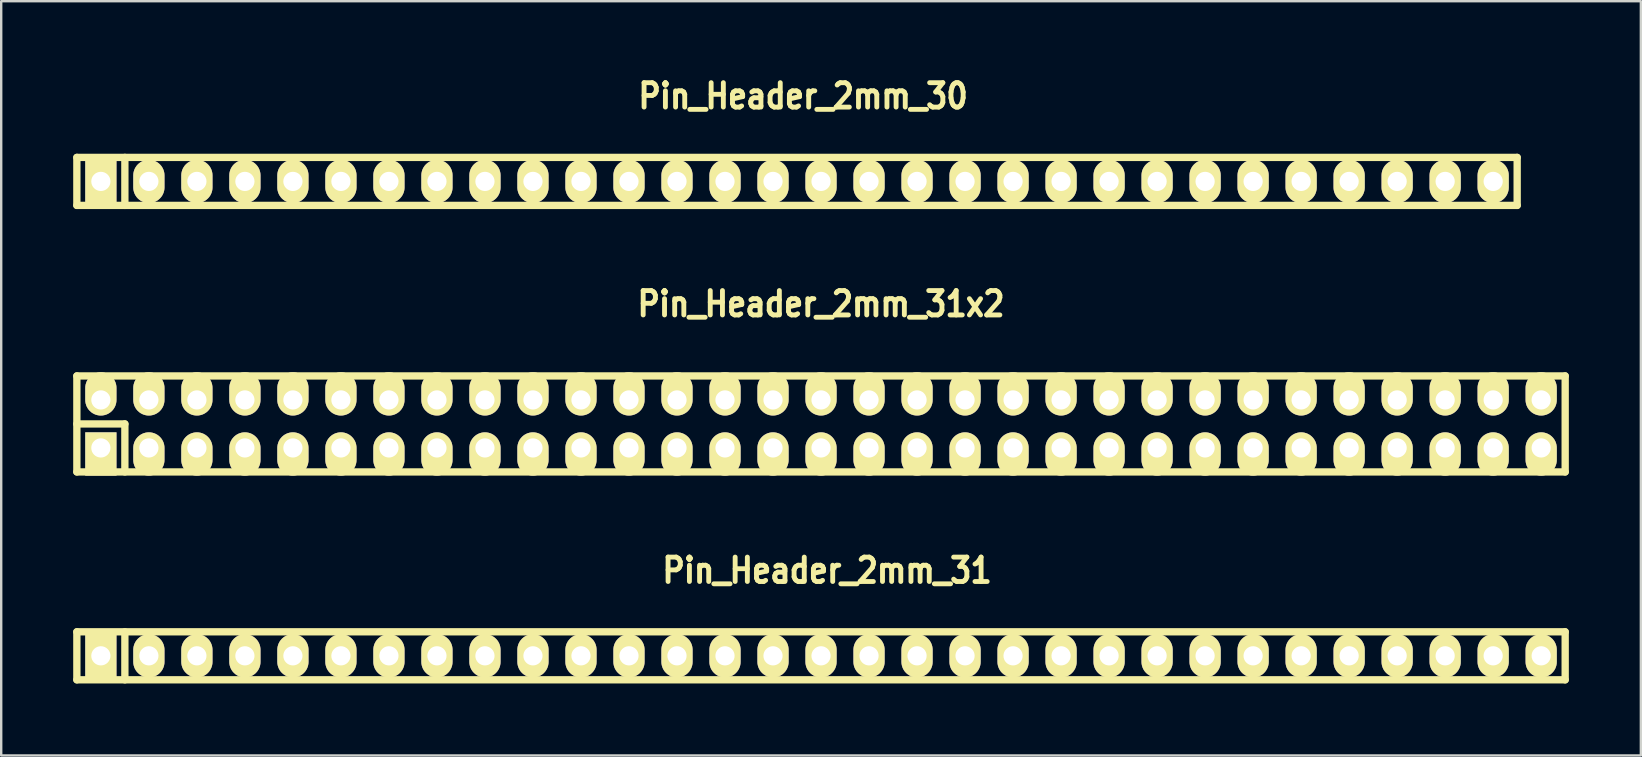
<source format=kicad_pcb>
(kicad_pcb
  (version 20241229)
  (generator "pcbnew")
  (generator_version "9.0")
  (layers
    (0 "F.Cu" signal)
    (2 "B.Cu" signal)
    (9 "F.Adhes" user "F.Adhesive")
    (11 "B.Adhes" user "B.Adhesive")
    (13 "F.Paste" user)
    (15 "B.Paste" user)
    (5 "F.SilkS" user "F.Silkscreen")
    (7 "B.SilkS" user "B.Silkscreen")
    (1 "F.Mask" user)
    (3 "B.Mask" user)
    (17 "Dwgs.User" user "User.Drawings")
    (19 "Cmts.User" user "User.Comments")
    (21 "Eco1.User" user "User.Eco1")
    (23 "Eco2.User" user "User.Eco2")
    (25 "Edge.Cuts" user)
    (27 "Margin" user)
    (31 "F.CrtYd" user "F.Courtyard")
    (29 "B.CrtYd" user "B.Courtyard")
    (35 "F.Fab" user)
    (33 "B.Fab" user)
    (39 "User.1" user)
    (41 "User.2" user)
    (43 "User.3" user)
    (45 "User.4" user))
  (footprint "Pin_Header_2mm_31"
    (layer "F.Cu")
    (at 31.152 24.27)
    (property "Reference" "Pin_Header_2mm_31" (at 0.254 -3.556 0) (layer "F.SilkS") (effects (font (size 1.016 0.889) (thickness 0.203))))
    (attr through_hole)
    (fp_line (start -31 -1) (end 31 -1) (stroke (width 0.305) (type solid)) (layer "F.SilkS"))
    (fp_line (start -31 1) (end -31 -1) (stroke (width 0.305) (type solid)) (layer "F.SilkS"))
    (fp_line (start -29 -1) (end -29 1) (stroke (width 0.305) (type solid)) (layer "F.SilkS"))
    (fp_line (start 31 -1) (end 31 1) (stroke (width 0.305) (type solid)) (layer "F.SilkS"))
    (fp_line (start 31 1) (end -31 1) (stroke (width 0.305) (type solid)) (layer "F.SilkS"))
    (pad "1" thru_hole rect (at -30 0) (size 1.3 1.8) (drill 0.8) (layers "*.Cu" "*.Mask" "F.SilkS"))
    (pad "2" thru_hole oval (at -28 0) (size 1.3 1.8) (drill 0.8) (layers "*.Cu" "*.Mask" "F.SilkS"))
    (pad "3" thru_hole oval (at -26 0) (size 1.3 1.8) (drill 0.8) (layers "*.Cu" "*.Mask" "F.SilkS"))
    (pad "4" thru_hole oval (at -24 0) (size 1.3 1.8) (drill 0.8) (layers "*.Cu" "*.Mask" "F.SilkS"))
    (pad "5" thru_hole oval (at -22 0) (size 1.3 1.8) (drill 0.8) (layers "*.Cu" "*.Mask" "F.SilkS"))
    (pad "6" thru_hole oval (at -20 0) (size 1.3 1.8) (drill 0.8) (layers "*.Cu" "*.Mask" "F.SilkS"))
    (pad "7" thru_hole oval (at -18 0) (size 1.3 1.8) (drill 0.8) (layers "*.Cu" "*.Mask" "F.SilkS"))
    (pad "8" thru_hole oval (at -16 0) (size 1.3 1.8) (drill 0.8) (layers "*.Cu" "*.Mask" "F.SilkS"))
    (pad "9" thru_hole oval (at -14 0) (size 1.3 1.8) (drill 0.8) (layers "*.Cu" "*.Mask" "F.SilkS"))
    (pad "10" thru_hole oval (at -12 0) (size 1.3 1.8) (drill 0.8) (layers "*.Cu" "*.Mask" "F.SilkS"))
    (pad "11" thru_hole oval (at -10 0) (size 1.3 1.8) (drill 0.8) (layers "*.Cu" "*.Mask" "F.SilkS"))
    (pad "12" thru_hole oval (at -8 0) (size 1.3 1.8) (drill 0.8) (layers "*.Cu" "*.Mask" "F.SilkS"))
    (pad "13" thru_hole oval (at -6 0) (size 1.3 1.8) (drill 0.8) (layers "*.Cu" "*.Mask" "F.SilkS"))
    (pad "14" thru_hole oval (at -4 0) (size 1.3 1.8) (drill 0.8) (layers "*.Cu" "*.Mask" "F.SilkS"))
    (pad "15" thru_hole oval (at -2 0) (size 1.3 1.8) (drill 0.8) (layers "*.Cu" "*.Mask" "F.SilkS"))
    (pad "16" thru_hole oval (at 0 0) (size 1.3 1.8) (drill 0.8) (layers "*.Cu" "*.Mask" "F.SilkS"))
    (pad "17" thru_hole oval (at 2 0) (size 1.3 1.8) (drill 0.8) (layers "*.Cu" "*.Mask" "F.SilkS"))
    (pad "18" thru_hole oval (at 4 0) (size 1.3 1.8) (drill 0.8) (layers "*.Cu" "*.Mask" "F.SilkS"))
    (pad "19" thru_hole oval (at 6 0) (size 1.3 1.8) (drill 0.8) (layers "*.Cu" "*.Mask" "F.SilkS"))
    (pad "20" thru_hole oval (at 8 0) (size 1.3 1.8) (drill 0.8) (layers "*.Cu" "*.Mask" "F.SilkS"))
    (pad "21" thru_hole oval (at 10 0) (size 1.3 1.8) (drill 0.8) (layers "*.Cu" "*.Mask" "F.SilkS"))
    (pad "22" thru_hole oval (at 12 0) (size 1.3 1.8) (drill 0.8) (layers "*.Cu" "*.Mask" "F.SilkS"))
    (pad "23" thru_hole oval (at 14 0) (size 1.3 1.8) (drill 0.8) (layers "*.Cu" "*.Mask" "F.SilkS"))
    (pad "24" thru_hole oval (at 16 0) (size 1.3 1.8) (drill 0.8) (layers "*.Cu" "*.Mask" "F.SilkS"))
    (pad "25" thru_hole oval (at 18 0) (size 1.3 1.8) (drill 0.8) (layers "*.Cu" "*.Mask" "F.SilkS"))
    (pad "26" thru_hole oval (at 20 0) (size 1.3 1.8) (drill 0.8) (layers "*.Cu" "*.Mask" "F.SilkS"))
    (pad "27" thru_hole oval (at 22 0) (size 1.3 1.8) (drill 0.8) (layers "*.Cu" "*.Mask" "F.SilkS"))
    (pad "28" thru_hole oval (at 24 0) (size 1.3 1.8) (drill 0.8) (layers "*.Cu" "*.Mask" "F.SilkS"))
    (pad "29" thru_hole oval (at 26 0) (size 1.3 1.8) (drill 0.8) (layers "*.Cu" "*.Mask" "F.SilkS"))
    (pad "30" thru_hole oval (at 28 0) (size 1.3 1.8) (drill 0.8) (layers "*.Cu" "*.Mask" "F.SilkS"))
    (pad "31" thru_hole oval (at 30 0) (size 1.3 1.8) (drill 0.8) (layers "*.Cu" "*.Mask" "F.SilkS")))
  (footprint "Pin_Header_2mm_31x2"
    (layer "F.Cu")
    (at 31.152 14.61)
    (property "Reference" "Pin_Header_2mm_31x2" (at 0 -5 0) (layer "F.SilkS") (effects (font (size 1.016 0.889) (thickness 0.203))))
    (attr through_hole)
    (fp_line (start -31 -2) (end 31 -2) (stroke (width 0.305) (type solid)) (layer "F.SilkS"))
    (fp_line (start -31 0) (end -29 0) (stroke (width 0.305) (type solid)) (layer "F.SilkS"))
    (fp_line (start -31 2) (end -31 -2) (stroke (width 0.305) (type solid)) (layer "F.SilkS"))
    (fp_line (start -29 0) (end -29 2) (stroke (width 0.305) (type solid)) (layer "F.SilkS"))
    (fp_line (start 31 -2) (end 31 2) (stroke (width 0.305) (type solid)) (layer "F.SilkS"))
    (fp_line (start 31 2) (end -31 2) (stroke (width 0.305) (type solid)) (layer "F.SilkS"))
    (pad "1" thru_hole rect (at -30 1) (size 1.3 1.8) (drill 0.8 (offset 0 0.25)) (layers "*.Cu" "*.Mask" "F.SilkS"))
    (pad "2" thru_hole oval (at -30 -1) (size 1.3 1.8) (drill 0.8 (offset 0 -0.25)) (layers "*.Cu" "*.Mask" "F.SilkS"))
    (pad "3" thru_hole oval (at -28 1) (size 1.3 1.8) (drill 0.8 (offset 0 0.25)) (layers "*.Cu" "*.Mask" "F.SilkS"))
    (pad "4" thru_hole oval (at -28 -1) (size 1.3 1.8) (drill 0.8 (offset 0 -0.25)) (layers "*.Cu" "*.Mask" "F.SilkS"))
    (pad "5" thru_hole oval (at -26 1) (size 1.3 1.8) (drill 0.8 (offset 0 0.25)) (layers "*.Cu" "*.Mask" "F.SilkS"))
    (pad "6" thru_hole oval (at -26 -1) (size 1.3 1.8) (drill 0.8 (offset 0 -0.25)) (layers "*.Cu" "*.Mask" "F.SilkS"))
    (pad "7" thru_hole oval (at -24 1) (size 1.3 1.8) (drill 0.8 (offset 0 0.25)) (layers "*.Cu" "*.Mask" "F.SilkS"))
    (pad "8" thru_hole oval (at -24 -1) (size 1.3 1.8) (drill 0.8 (offset 0 -0.25)) (layers "*.Cu" "*.Mask" "F.SilkS"))
    (pad "9" thru_hole oval (at -22 1) (size 1.3 1.8) (drill 0.8 (offset 0 0.25)) (layers "*.Cu" "*.Mask" "F.SilkS"))
    (pad "10" thru_hole oval (at -22 -1) (size 1.3 1.8) (drill 0.8 (offset 0 -0.25)) (layers "*.Cu" "*.Mask" "F.SilkS"))
    (pad "11" thru_hole oval (at -20 1) (size 1.3 1.8) (drill 0.8 (offset 0 0.25)) (layers "*.Cu" "*.Mask" "F.SilkS"))
    (pad "12" thru_hole oval (at -20 -1) (size 1.3 1.8) (drill 0.8 (offset 0 -0.25)) (layers "*.Cu" "*.Mask" "F.SilkS"))
    (pad "13" thru_hole oval (at -18 1) (size 1.3 1.8) (drill 0.8 (offset 0 0.25)) (layers "*.Cu" "*.Mask" "F.SilkS"))
    (pad "14" thru_hole oval (at -18 -1) (size 1.3 1.8) (drill 0.8 (offset 0 -0.25)) (layers "*.Cu" "*.Mask" "F.SilkS"))
    (pad "15" thru_hole oval (at -16 1) (size 1.3 1.8) (drill 0.8 (offset 0 0.25)) (layers "*.Cu" "*.Mask" "F.SilkS"))
    (pad "16" thru_hole oval (at -16 -1) (size 1.3 1.8) (drill 0.8 (offset 0 -0.25)) (layers "*.Cu" "*.Mask" "F.SilkS"))
    (pad "17" thru_hole oval (at -14 1) (size 1.3 1.8) (drill 0.8 (offset 0 0.25)) (layers "*.Cu" "*.Mask" "F.SilkS"))
    (pad "18" thru_hole oval (at -14 -1) (size 1.3 1.8) (drill 0.8 (offset 0 -0.25)) (layers "*.Cu" "*.Mask" "F.SilkS"))
    (pad "19" thru_hole oval (at -12 1) (size 1.3 1.8) (drill 0.8 (offset 0 0.25)) (layers "*.Cu" "*.Mask" "F.SilkS"))
    (pad "20" thru_hole oval (at -12 -1) (size 1.3 1.8) (drill 0.8 (offset 0 -0.25)) (layers "*.Cu" "*.Mask" "F.SilkS"))
    (pad "21" thru_hole oval (at -10 1) (size 1.3 1.8) (drill 0.8 (offset 0 0.25)) (layers "*.Cu" "*.Mask" "F.SilkS"))
    (pad "22" thru_hole oval (at -10 -1) (size 1.3 1.8) (drill 0.8 (offset 0 -0.25)) (layers "*.Cu" "*.Mask" "F.SilkS"))
    (pad "23" thru_hole oval (at -8 1) (size 1.3 1.8) (drill 0.8 (offset 0 0.25)) (layers "*.Cu" "*.Mask" "F.SilkS"))
    (pad "24" thru_hole oval (at -8 -1) (size 1.3 1.8) (drill 0.8 (offset 0 -0.25)) (layers "*.Cu" "*.Mask" "F.SilkS"))
    (pad "25" thru_hole oval (at -6 1) (size 1.3 1.8) (drill 0.8 (offset 0 0.25)) (layers "*.Cu" "*.Mask" "F.SilkS"))
    (pad "26" thru_hole oval (at -6 -1) (size 1.3 1.8) (drill 0.8 (offset 0 -0.25)) (layers "*.Cu" "*.Mask" "F.SilkS"))
    (pad "27" thru_hole oval (at -4 1) (size 1.3 1.8) (drill 0.8 (offset 0 0.25)) (layers "*.Cu" "*.Mask" "F.SilkS"))
    (pad "28" thru_hole oval (at -4 -1) (size 1.3 1.8) (drill 0.8 (offset 0 -0.25)) (layers "*.Cu" "*.Mask" "F.SilkS"))
    (pad "29" thru_hole oval (at -2 1) (size 1.3 1.8) (drill 0.8 (offset 0 0.25)) (layers "*.Cu" "*.Mask" "F.SilkS"))
    (pad "30" thru_hole oval (at -2 -1) (size 1.3 1.8) (drill 0.8 (offset 0 -0.25)) (layers "*.Cu" "*.Mask" "F.SilkS"))
    (pad "31" thru_hole oval (at 0 1) (size 1.3 1.8) (drill 0.8 (offset 0 0.25)) (layers "*.Cu" "*.Mask" "F.SilkS"))
    (pad "32" thru_hole oval (at 0 -1) (size 1.3 1.8) (drill 0.8 (offset 0 -0.25)) (layers "*.Cu" "*.Mask" "F.SilkS"))
    (pad "33" thru_hole oval (at 2 1) (size 1.3 1.8) (drill 0.8 (offset 0 0.25)) (layers "*.Cu" "*.Mask" "F.SilkS"))
    (pad "34" thru_hole oval (at 2 -1) (size 1.3 1.8) (drill 0.8 (offset 0 -0.25)) (layers "*.Cu" "*.Mask" "F.SilkS"))
    (pad "35" thru_hole oval (at 4 1) (size 1.3 1.8) (drill 0.8 (offset 0 0.25)) (layers "*.Cu" "*.Mask" "F.SilkS"))
    (pad "36" thru_hole oval (at 4 -1) (size 1.3 1.8) (drill 0.8 (offset 0 -0.25)) (layers "*.Cu" "*.Mask" "F.SilkS"))
    (pad "37" thru_hole oval (at 6 1) (size 1.3 1.8) (drill 0.8 (offset 0 0.25)) (layers "*.Cu" "*.Mask" "F.SilkS"))
    (pad "38" thru_hole oval (at 6 -1) (size 1.3 1.8) (drill 0.8 (offset 0 -0.25)) (layers "*.Cu" "*.Mask" "F.SilkS"))
    (pad "39" thru_hole oval (at 8 1) (size 1.3 1.8) (drill 0.8 (offset 0 0.25)) (layers "*.Cu" "*.Mask" "F.SilkS"))
    (pad "40" thru_hole oval (at 8 -1) (size 1.3 1.8) (drill 0.8 (offset 0 -0.25)) (layers "*.Cu" "*.Mask" "F.SilkS"))
    (pad "41" thru_hole oval (at 10 1) (size 1.3 1.8) (drill 0.8 (offset 0 0.25)) (layers "*.Cu" "*.Mask" "F.SilkS"))
    (pad "42" thru_hole oval (at 10 -1) (size 1.3 1.8) (drill 0.8 (offset 0 -0.25)) (layers "*.Cu" "*.Mask" "F.SilkS"))
    (pad "43" thru_hole oval (at 12 1) (size 1.3 1.8) (drill 0.8 (offset 0 0.25)) (layers "*.Cu" "*.Mask" "F.SilkS"))
    (pad "44" thru_hole oval (at 12 -1) (size 1.3 1.8) (drill 0.8 (offset 0 -0.25)) (layers "*.Cu" "*.Mask" "F.SilkS"))
    (pad "45" thru_hole oval (at 14 1) (size 1.3 1.8) (drill 0.8 (offset 0 0.25)) (layers "*.Cu" "*.Mask" "F.SilkS"))
    (pad "46" thru_hole oval (at 14 -1) (size 1.3 1.8) (drill 0.8 (offset 0 -0.25)) (layers "*.Cu" "*.Mask" "F.SilkS"))
    (pad "47" thru_hole oval (at 16 1) (size 1.3 1.8) (drill 0.8 (offset 0 0.25)) (layers "*.Cu" "*.Mask" "F.SilkS"))
    (pad "48" thru_hole oval (at 16 -1) (size 1.3 1.8) (drill 0.8 (offset 0 -0.25)) (layers "*.Cu" "*.Mask" "F.SilkS"))
    (pad "49" thru_hole oval (at 18 1) (size 1.3 1.8) (drill 0.8 (offset 0 0.25)) (layers "*.Cu" "*.Mask" "F.SilkS"))
    (pad "50" thru_hole oval (at 18 -1) (size 1.3 1.8) (drill 0.8 (offset 0 -0.25)) (layers "*.Cu" "*.Mask" "F.SilkS"))
    (pad "51" thru_hole oval (at 20 1) (size 1.3 1.8) (drill 0.8 (offset 0 0.25)) (layers "*.Cu" "*.Mask" "F.SilkS"))
    (pad "52" thru_hole oval (at 20 -1) (size 1.3 1.8) (drill 0.8 (offset 0 -0.25)) (layers "*.Cu" "*.Mask" "F.SilkS"))
    (pad "53" thru_hole oval (at 22 1) (size 1.3 1.8) (drill 0.8 (offset 0 0.25)) (layers "*.Cu" "*.Mask" "F.SilkS"))
    (pad "54" thru_hole oval (at 22 -1) (size 1.3 1.8) (drill 0.8 (offset 0 -0.25)) (layers "*.Cu" "*.Mask" "F.SilkS"))
    (pad "55" thru_hole oval (at 24 1) (size 1.3 1.8) (drill 0.8 (offset 0 0.25)) (layers "*.Cu" "*.Mask" "F.SilkS"))
    (pad "56" thru_hole oval (at 24 -1) (size 1.3 1.8) (drill 0.8 (offset 0 -0.25)) (layers "*.Cu" "*.Mask" "F.SilkS"))
    (pad "57" thru_hole oval (at 26 1) (size 1.3 1.8) (drill 0.8 (offset 0 0.25)) (layers "*.Cu" "*.Mask" "F.SilkS"))
    (pad "58" thru_hole oval (at 26 -1) (size 1.3 1.8) (drill 0.8 (offset 0 -0.25)) (layers "*.Cu" "*.Mask" "F.SilkS"))
    (pad "59" thru_hole oval (at 28 1) (size 1.3 1.8) (drill 0.8 (offset 0 0.25)) (layers "*.Cu" "*.Mask" "F.SilkS"))
    (pad "60" thru_hole oval (at 28 -1) (size 1.3 1.8) (drill 0.8 (offset 0 -0.25)) (layers "*.Cu" "*.Mask" "F.SilkS"))
    (pad "61" thru_hole oval (at 30 1) (size 1.3 1.8) (drill 0.8 (offset 0 0.25)) (layers "*.Cu" "*.Mask" "F.SilkS"))
    (pad "62" thru_hole oval (at 30 -1) (size 1.3 1.8) (drill 0.8 (offset 0 -0.25)) (layers "*.Cu" "*.Mask" "F.SilkS")))
  (footprint "Pin_Header_2mm_30"
    (layer "F.Cu")
    (at 30.152 4.507)
    (property "Reference" "Pin_Header_2mm_30" (at 0.254 -3.556 0) (layer "F.SilkS") (effects (font (size 1.016 0.889) (thickness 0.203))))
    (attr through_hole)
    (fp_line (start -30 -1) (end 30 -1) (stroke (width 0.305) (type solid)) (layer "F.SilkS"))
    (fp_line (start -30 1) (end -30 -1) (stroke (width 0.305) (type solid)) (layer "F.SilkS"))
    (fp_line (start -28 -1) (end -28 1) (stroke (width 0.305) (type solid)) (layer "F.SilkS"))
    (fp_line (start 30 -1) (end 30 1) (stroke (width 0.305) (type solid)) (layer "F.SilkS"))
    (fp_line (start 30 1) (end -30 1) (stroke (width 0.305) (type solid)) (layer "F.SilkS"))
    (pad "1" thru_hole rect (at -29 0) (size 1.3 1.8) (drill 0.8) (layers "*.Cu" "*.Mask" "F.SilkS"))
    (pad "2" thru_hole oval (at -27 0) (size 1.3 1.8) (drill 0.8) (layers "*.Cu" "*.Mask" "F.SilkS"))
    (pad "3" thru_hole oval (at -25 0) (size 1.3 1.8) (drill 0.8) (layers "*.Cu" "*.Mask" "F.SilkS"))
    (pad "4" thru_hole oval (at -23 0) (size 1.3 1.8) (drill 0.8) (layers "*.Cu" "*.Mask" "F.SilkS"))
    (pad "5" thru_hole oval (at -21 0) (size 1.3 1.8) (drill 0.8) (layers "*.Cu" "*.Mask" "F.SilkS"))
    (pad "6" thru_hole oval (at -19 0) (size 1.3 1.8) (drill 0.8) (layers "*.Cu" "*.Mask" "F.SilkS"))
    (pad "7" thru_hole oval (at -17 0) (size 1.3 1.8) (drill 0.8) (layers "*.Cu" "*.Mask" "F.SilkS"))
    (pad "8" thru_hole oval (at -15 0) (size 1.3 1.8) (drill 0.8) (layers "*.Cu" "*.Mask" "F.SilkS"))
    (pad "9" thru_hole oval (at -13 0) (size 1.3 1.8) (drill 0.8) (layers "*.Cu" "*.Mask" "F.SilkS"))
    (pad "10" thru_hole oval (at -11 0) (size 1.3 1.8) (drill 0.8) (layers "*.Cu" "*.Mask" "F.SilkS"))
    (pad "11" thru_hole oval (at -9 0) (size 1.3 1.8) (drill 0.8) (layers "*.Cu" "*.Mask" "F.SilkS"))
    (pad "12" thru_hole oval (at -7 0) (size 1.3 1.8) (drill 0.8) (layers "*.Cu" "*.Mask" "F.SilkS"))
    (pad "13" thru_hole oval (at -5 0) (size 1.3 1.8) (drill 0.8) (layers "*.Cu" "*.Mask" "F.SilkS"))
    (pad "14" thru_hole oval (at -3 0) (size 1.3 1.8) (drill 0.8) (layers "*.Cu" "*.Mask" "F.SilkS"))
    (pad "15" thru_hole oval (at -1 0) (size 1.3 1.8) (drill 0.8) (layers "*.Cu" "*.Mask" "F.SilkS"))
    (pad "16" thru_hole oval (at 1 0) (size 1.3 1.8) (drill 0.8) (layers "*.Cu" "*.Mask" "F.SilkS"))
    (pad "17" thru_hole oval (at 3 0) (size 1.3 1.8) (drill 0.8) (layers "*.Cu" "*.Mask" "F.SilkS"))
    (pad "18" thru_hole oval (at 5 0) (size 1.3 1.8) (drill 0.8) (layers "*.Cu" "*.Mask" "F.SilkS"))
    (pad "19" thru_hole oval (at 7 0) (size 1.3 1.8) (drill 0.8) (layers "*.Cu" "*.Mask" "F.SilkS"))
    (pad "20" thru_hole oval (at 9 0) (size 1.3 1.8) (drill 0.8) (layers "*.Cu" "*.Mask" "F.SilkS"))
    (pad "21" thru_hole oval (at 11 0) (size 1.3 1.8) (drill 0.8) (layers "*.Cu" "*.Mask" "F.SilkS"))
    (pad "22" thru_hole oval (at 13 0) (size 1.3 1.8) (drill 0.8) (layers "*.Cu" "*.Mask" "F.SilkS"))
    (pad "23" thru_hole oval (at 15 0) (size 1.3 1.8) (drill 0.8) (layers "*.Cu" "*.Mask" "F.SilkS"))
    (pad "24" thru_hole oval (at 17 0) (size 1.3 1.8) (drill 0.8) (layers "*.Cu" "*.Mask" "F.SilkS"))
    (pad "25" thru_hole oval (at 19 0) (size 1.3 1.8) (drill 0.8) (layers "*.Cu" "*.Mask" "F.SilkS"))
    (pad "26" thru_hole oval (at 21 0) (size 1.3 1.8) (drill 0.8) (layers "*.Cu" "*.Mask" "F.SilkS"))
    (pad "27" thru_hole oval (at 23 0) (size 1.3 1.8) (drill 0.8) (layers "*.Cu" "*.Mask" "F.SilkS"))
    (pad "28" thru_hole oval (at 25 0) (size 1.3 1.8) (drill 0.8) (layers "*.Cu" "*.Mask" "F.SilkS"))
    (pad "29" thru_hole oval (at 27 0) (size 1.3 1.8) (drill 0.8) (layers "*.Cu" "*.Mask" "F.SilkS"))
    (pad "30" thru_hole oval (at 29 0) (size 1.3 1.8) (drill 0.8) (layers "*.Cu" "*.Mask" "F.SilkS")))
  (gr_rect
    (start -3 -3)
    (end 65.305 28.422)
    (stroke (width 0.1) (type default))
    (fill no)
    (layer "Edge.Cuts")))
</source>
